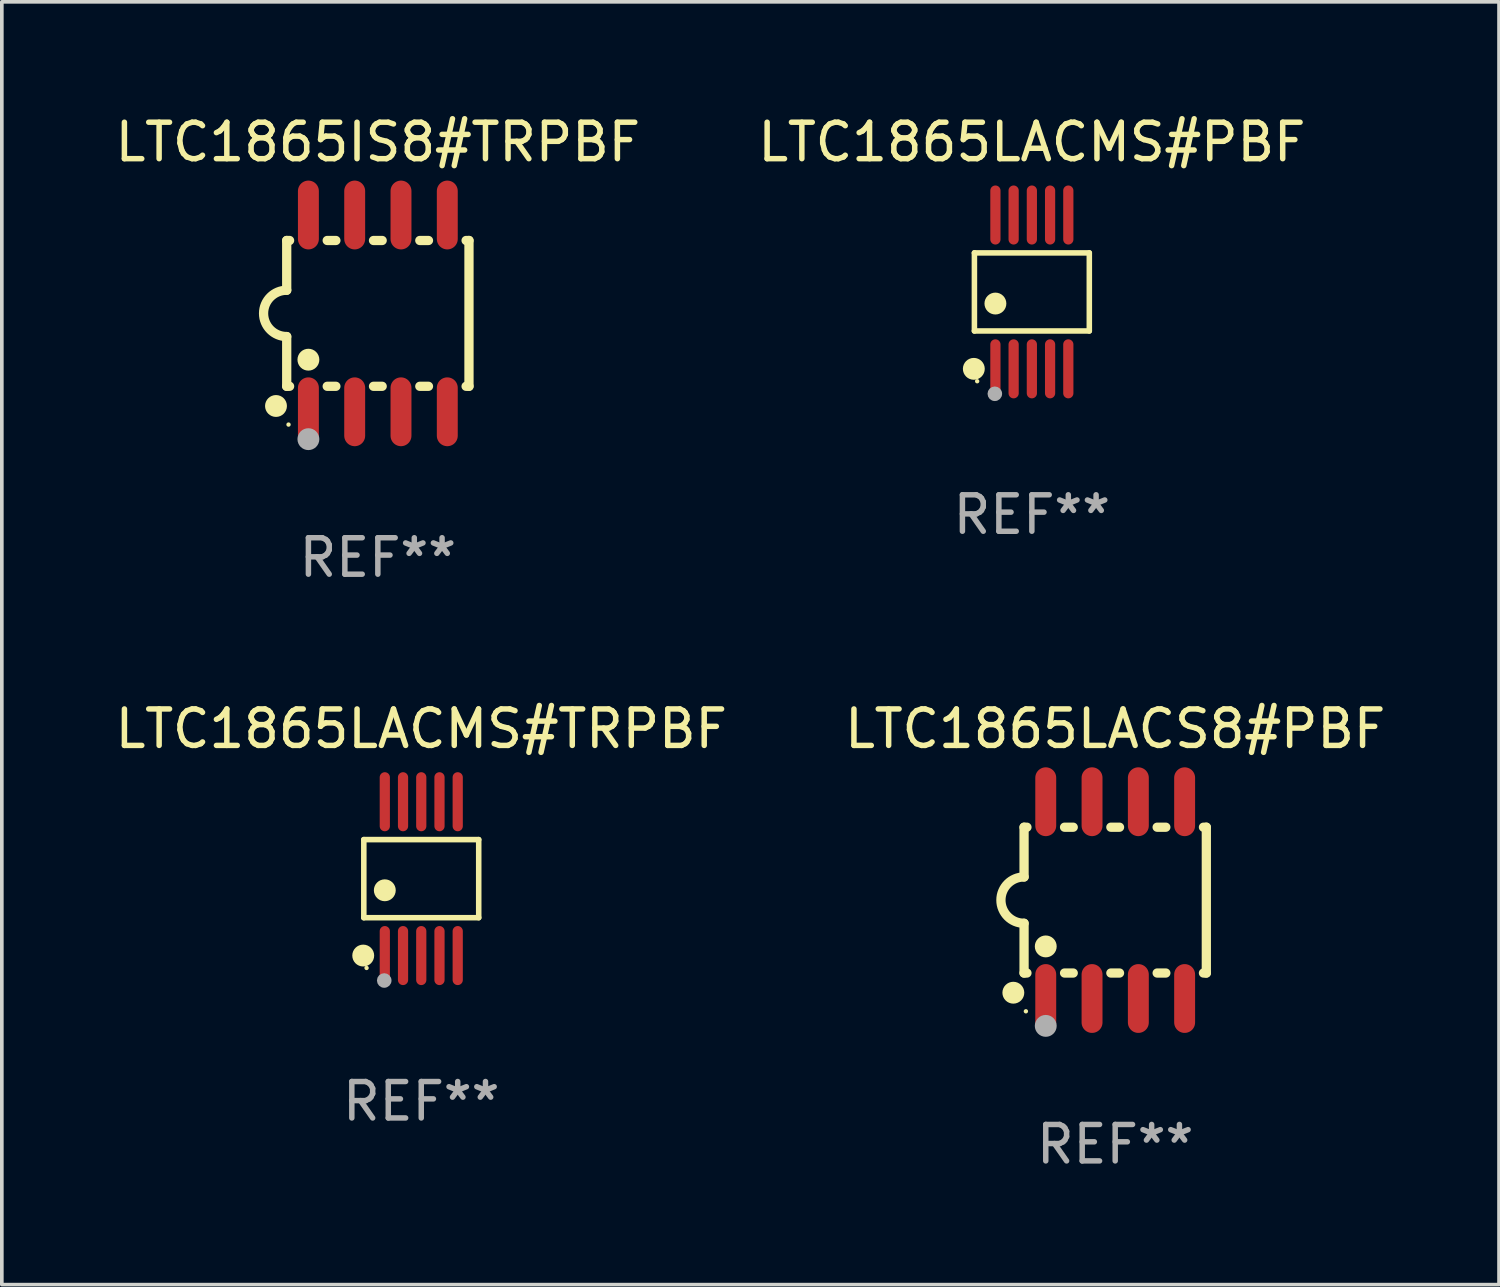
<source format=kicad_pcb>
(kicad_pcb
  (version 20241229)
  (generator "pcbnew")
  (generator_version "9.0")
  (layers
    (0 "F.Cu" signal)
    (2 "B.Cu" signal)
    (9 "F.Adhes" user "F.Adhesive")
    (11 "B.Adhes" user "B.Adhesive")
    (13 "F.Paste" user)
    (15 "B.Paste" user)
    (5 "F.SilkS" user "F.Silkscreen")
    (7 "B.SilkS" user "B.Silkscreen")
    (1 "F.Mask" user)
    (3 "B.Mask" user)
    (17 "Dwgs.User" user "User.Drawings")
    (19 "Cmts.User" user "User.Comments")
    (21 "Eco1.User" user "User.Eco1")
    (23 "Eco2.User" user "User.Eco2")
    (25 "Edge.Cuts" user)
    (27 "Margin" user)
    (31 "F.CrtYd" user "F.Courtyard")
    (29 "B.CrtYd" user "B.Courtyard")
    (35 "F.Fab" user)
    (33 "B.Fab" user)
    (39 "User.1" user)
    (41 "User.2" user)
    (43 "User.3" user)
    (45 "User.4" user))
  (footprint "LTC1865IS8#TRPBF"
    (layer "F.Cu")
    (at 7.315 5.547)
    (property "Reference" "LTC1865IS8#TRPBF" (at 0 -4.699 0) (layer "F.SilkS") (effects (font (size 1 1) (thickness 0.15))))
    (attr through_hole)
    (fp_line (start -2.5 -2) (end -2.5 -0.635) (stroke (width 0.254) (type solid)) (layer "F.SilkS"))
    (fp_line (start -2.5 -2) (end -2.421 -2) (stroke (width 0.254) (type solid)) (layer "F.SilkS"))
    (fp_line (start -2.5 2) (end -2.5 0.635) (stroke (width 0.254) (type solid)) (layer "F.SilkS"))
    (fp_line (start -2.5 2) (end -2.421 2) (stroke (width 0.254) (type solid)) (layer "F.SilkS"))
    (fp_line (start -1.389 -2) (end -1.151 -2) (stroke (width 0.254) (type solid)) (layer "F.SilkS"))
    (fp_line (start -1.389 2) (end -1.151 2) (stroke (width 0.254) (type solid)) (layer "F.SilkS"))
    (fp_line (start -0.119 -2) (end 0.119 -2) (stroke (width 0.254) (type solid)) (layer "F.SilkS"))
    (fp_line (start -0.119 2) (end 0.119 2) (stroke (width 0.254) (type solid)) (layer "F.SilkS"))
    (fp_line (start 1.151 -2) (end 1.389 -2) (stroke (width 0.254) (type solid)) (layer "F.SilkS"))
    (fp_line (start 1.151 2) (end 1.389 2) (stroke (width 0.254) (type solid)) (layer "F.SilkS"))
    (fp_line (start 2.421 -2) (end 2.5 -2) (stroke (width 0.254) (type solid)) (layer "F.SilkS"))
    (fp_line (start 2.421 2) (end 2.5 2) (stroke (width 0.254) (type solid)) (layer "F.SilkS"))
    (fp_line (start 2.5 -2) (end 2.5 2) (stroke (width 0.254) (type solid)) (layer "F.SilkS"))
    (fp_arc (start -2.5 0.635001) (mid -3.134366 -0.000318) (end -2.499365 -0.635001) (stroke (width 0.254001) (type solid)) (layer "F.SilkS"))
    (fp_circle (center -2.794 2.54) (end -2.644 2.54) (stroke (width 0.3) (type solid)) (fill no) (layer "F.SilkS"))
    (fp_circle (center -2.45 3.05) (end -2.42 3.05) (stroke (width 0.06) (type solid)) (fill no) (layer "F.SilkS"))
    (fp_circle (center -1.905 1.27) (end -1.755 1.27) (stroke (width 0.3) (type solid)) (fill no) (layer "F.SilkS"))
    (fp_circle (center -1.905 3.45) (end -1.755 3.45) (stroke (width 0.3) (type solid)) (fill no) (layer "F.Fab"))
    (fp_text user "REF**" (at 0 6.699 0) (layer "F.Fab") (effects (font (size 1 1) (thickness 0.15))))
    (pad "1" smd oval (at -1.905 2.699) (size 0.574 1.888) (layers "F.Cu" "F.Mask" "F.Paste"))
    (pad "2" smd oval (at -0.635 2.699) (size 0.574 1.888) (layers "F.Cu" "F.Mask" "F.Paste"))
    (pad "3" smd oval (at 0.635 2.699) (size 0.574 1.888) (layers "F.Cu" "F.Mask" "F.Paste"))
    (pad "4" smd oval (at 1.905 2.699) (size 0.574 1.888) (layers "F.Cu" "F.Mask" "F.Paste"))
    (pad "5" smd oval (at 1.905 -2.699) (size 0.574 1.888) (layers "F.Cu" "F.Mask" "F.Paste"))
    (pad "6" smd oval (at 0.635 -2.699) (size 0.574 1.888) (layers "F.Cu" "F.Mask" "F.Paste"))
    (pad "7" smd oval (at -0.635 -2.699) (size 0.574 1.888) (layers "F.Cu" "F.Mask" "F.Paste"))
    (pad "8" smd oval (at -1.905 -2.699) (size 0.574 1.888) (layers "F.Cu" "F.Mask" "F.Paste")))
  (footprint "LTC1865LACMS#PBF"
    (layer "F.Cu")
    (at 25.256 4.958)
    (property "Reference" "LTC1865LACMS#PBF" (at 0 -4.11 0) (layer "F.SilkS") (effects (font (size 1 1) (thickness 0.15))))
    (attr through_hole)
    (fp_line (start -1.576 -1.071) (end 1.576 -1.071) (stroke (width 0.152) (type solid)) (layer "F.SilkS"))
    (fp_line (start -1.576 1.071) (end -1.576 -1.071) (stroke (width 0.152) (type solid)) (layer "F.SilkS"))
    (fp_line (start 1.576 -1.071) (end 1.576 1.071) (stroke (width 0.152) (type solid)) (layer "F.SilkS"))
    (fp_line (start 1.576 1.071) (end -1.576 1.071) (stroke (width 0.152) (type solid)) (layer "F.SilkS"))
    (fp_circle (center -1.592 2.11) (end -1.442 2.11) (stroke (width 0.3) (type solid)) (fill no) (layer "F.SilkS"))
    (fp_circle (center -1.5 2.45) (end -1.47 2.45) (stroke (width 0.06) (type solid)) (fill no) (layer "F.SilkS"))
    (fp_circle (center -1 0.319) (end -0.85 0.319) (stroke (width 0.3) (type solid)) (fill no) (layer "F.SilkS"))
    (fp_circle (center -1.016 2.794) (end -0.916 2.794) (stroke (width 0.2) (type solid)) (fill no) (layer "F.Fab"))
    (fp_text user "REF**" (at 0 6.11 0) (layer "F.Fab") (effects (font (size 1 1) (thickness 0.15))))
    (pad "1" smd oval (at -1 2.11) (size 0.28 1.62) (layers "F.Cu" "F.Mask" "F.Paste"))
    (pad "2" smd oval (at -0.5 2.11) (size 0.28 1.62) (layers "F.Cu" "F.Mask" "F.Paste"))
    (pad "3" smd oval (at 0 2.11) (size 0.28 1.62) (layers "F.Cu" "F.Mask" "F.Paste"))
    (pad "4" smd oval (at 0.5 2.11) (size 0.28 1.62) (layers "F.Cu" "F.Mask" "F.Paste"))
    (pad "5" smd oval (at 1 2.11) (size 0.28 1.62) (layers "F.Cu" "F.Mask" "F.Paste"))
    (pad "6" smd oval (at 1 -2.11) (size 0.28 1.62) (layers "F.Cu" "F.Mask" "F.Paste"))
    (pad "7" smd oval (at 0.5 -2.11) (size 0.28 1.62) (layers "F.Cu" "F.Mask" "F.Paste"))
    (pad "8" smd oval (at 0 -2.11) (size 0.28 1.62) (layers "F.Cu" "F.Mask" "F.Paste"))
    (pad "9" smd oval (at -0.5 -2.11) (size 0.28 1.62) (layers "F.Cu" "F.Mask" "F.Paste"))
    (pad "10" smd oval (at -1 -2.11) (size 0.28 1.62) (layers "F.Cu" "F.Mask" "F.Paste")))
  (footprint "LTC1865LACS8#PBF"
    (layer "F.Cu")
    (at 27.542 21.642)
    (property "Reference" "LTC1865LACS8#PBF" (at 0 -4.699 0) (layer "F.SilkS") (effects (font (size 1 1) (thickness 0.15))))
    (attr through_hole)
    (fp_line (start -2.5 -2) (end -2.5 -0.635) (stroke (width 0.254) (type solid)) (layer "F.SilkS"))
    (fp_line (start -2.5 -2) (end -2.421 -2) (stroke (width 0.254) (type solid)) (layer "F.SilkS"))
    (fp_line (start -2.5 2) (end -2.5 0.635) (stroke (width 0.254) (type solid)) (layer "F.SilkS"))
    (fp_line (start -2.5 2) (end -2.421 2) (stroke (width 0.254) (type solid)) (layer "F.SilkS"))
    (fp_line (start -1.389 -2) (end -1.151 -2) (stroke (width 0.254) (type solid)) (layer "F.SilkS"))
    (fp_line (start -1.389 2) (end -1.151 2) (stroke (width 0.254) (type solid)) (layer "F.SilkS"))
    (fp_line (start -0.119 -2) (end 0.119 -2) (stroke (width 0.254) (type solid)) (layer "F.SilkS"))
    (fp_line (start -0.119 2) (end 0.119 2) (stroke (width 0.254) (type solid)) (layer "F.SilkS"))
    (fp_line (start 1.151 -2) (end 1.389 -2) (stroke (width 0.254) (type solid)) (layer "F.SilkS"))
    (fp_line (start 1.151 2) (end 1.389 2) (stroke (width 0.254) (type solid)) (layer "F.SilkS"))
    (fp_line (start 2.421 -2) (end 2.5 -2) (stroke (width 0.254) (type solid)) (layer "F.SilkS"))
    (fp_line (start 2.421 2) (end 2.5 2) (stroke (width 0.254) (type solid)) (layer "F.SilkS"))
    (fp_line (start 2.5 -2) (end 2.5 2) (stroke (width 0.254) (type solid)) (layer "F.SilkS"))
    (fp_arc (start -2.5 0.635001) (mid -3.134366 -0.000318) (end -2.499365 -0.635001) (stroke (width 0.254001) (type solid)) (layer "F.SilkS"))
    (fp_circle (center -2.794 2.54) (end -2.644 2.54) (stroke (width 0.3) (type solid)) (fill no) (layer "F.SilkS"))
    (fp_circle (center -2.45 3.05) (end -2.42 3.05) (stroke (width 0.06) (type solid)) (fill no) (layer "F.SilkS"))
    (fp_circle (center -1.905 1.27) (end -1.755 1.27) (stroke (width 0.3) (type solid)) (fill no) (layer "F.SilkS"))
    (fp_circle (center -1.905 3.45) (end -1.755 3.45) (stroke (width 0.3) (type solid)) (fill no) (layer "F.Fab"))
    (fp_text user "REF**" (at 0 6.699 0) (layer "F.Fab") (effects (font (size 1 1) (thickness 0.15))))
    (pad "1" smd oval (at -1.905 2.699) (size 0.574 1.888) (layers "F.Cu" "F.Mask" "F.Paste"))
    (pad "2" smd oval (at -0.635 2.699) (size 0.574 1.888) (layers "F.Cu" "F.Mask" "F.Paste"))
    (pad "3" smd oval (at 0.635 2.699) (size 0.574 1.888) (layers "F.Cu" "F.Mask" "F.Paste"))
    (pad "4" smd oval (at 1.905 2.699) (size 0.574 1.888) (layers "F.Cu" "F.Mask" "F.Paste"))
    (pad "5" smd oval (at 1.905 -2.699) (size 0.574 1.888) (layers "F.Cu" "F.Mask" "F.Paste"))
    (pad "6" smd oval (at 0.635 -2.699) (size 0.574 1.888) (layers "F.Cu" "F.Mask" "F.Paste"))
    (pad "7" smd oval (at -0.635 -2.699) (size 0.574 1.888) (layers "F.Cu" "F.Mask" "F.Paste"))
    (pad "8" smd oval (at -1.905 -2.699) (size 0.574 1.888) (layers "F.Cu" "F.Mask" "F.Paste")))
  (footprint "LTC1865LACMS#TRPBF"
    (layer "F.Cu")
    (at 8.506 21.053)
    (property "Reference" "LTC1865LACMS#TRPBF" (at 0 -4.11 0) (layer "F.SilkS") (effects (font (size 1 1) (thickness 0.15))))
    (attr through_hole)
    (fp_line (start -1.576 -1.071) (end 1.576 -1.071) (stroke (width 0.152) (type solid)) (layer "F.SilkS"))
    (fp_line (start -1.576 1.071) (end -1.576 -1.071) (stroke (width 0.152) (type solid)) (layer "F.SilkS"))
    (fp_line (start 1.576 -1.071) (end 1.576 1.071) (stroke (width 0.152) (type solid)) (layer "F.SilkS"))
    (fp_line (start 1.576 1.071) (end -1.576 1.071) (stroke (width 0.152) (type solid)) (layer "F.SilkS"))
    (fp_circle (center -1.592 2.11) (end -1.442 2.11) (stroke (width 0.3) (type solid)) (fill no) (layer "F.SilkS"))
    (fp_circle (center -1.5 2.45) (end -1.47 2.45) (stroke (width 0.06) (type solid)) (fill no) (layer "F.SilkS"))
    (fp_circle (center -1 0.319) (end -0.85 0.319) (stroke (width 0.3) (type solid)) (fill no) (layer "F.SilkS"))
    (fp_circle (center -1.016 2.794) (end -0.916 2.794) (stroke (width 0.2) (type solid)) (fill no) (layer "F.Fab"))
    (fp_text user "REF**" (at 0 6.11 0) (layer "F.Fab") (effects (font (size 1 1) (thickness 0.15))))
    (pad "1" smd oval (at -1 2.11) (size 0.28 1.62) (layers "F.Cu" "F.Mask" "F.Paste"))
    (pad "2" smd oval (at -0.5 2.11) (size 0.28 1.62) (layers "F.Cu" "F.Mask" "F.Paste"))
    (pad "3" smd oval (at 0 2.11) (size 0.28 1.62) (layers "F.Cu" "F.Mask" "F.Paste"))
    (pad "4" smd oval (at 0.5 2.11) (size 0.28 1.62) (layers "F.Cu" "F.Mask" "F.Paste"))
    (pad "5" smd oval (at 1 2.11) (size 0.28 1.62) (layers "F.Cu" "F.Mask" "F.Paste"))
    (pad "6" smd oval (at 1 -2.11) (size 0.28 1.62) (layers "F.Cu" "F.Mask" "F.Paste"))
    (pad "7" smd oval (at 0.5 -2.11) (size 0.28 1.62) (layers "F.Cu" "F.Mask" "F.Paste"))
    (pad "8" smd oval (at 0 -2.11) (size 0.28 1.62) (layers "F.Cu" "F.Mask" "F.Paste"))
    (pad "9" smd oval (at -0.5 -2.11) (size 0.28 1.62) (layers "F.Cu" "F.Mask" "F.Paste"))
    (pad "10" smd oval (at -1 -2.11) (size 0.28 1.62) (layers "F.Cu" "F.Mask" "F.Paste")))
  (gr_rect
    (start -3 -3)
    (end 38.071 32.189)
    (stroke (width 0.1) (type default))
    (fill no)
    (layer "Edge.Cuts")))
</source>
